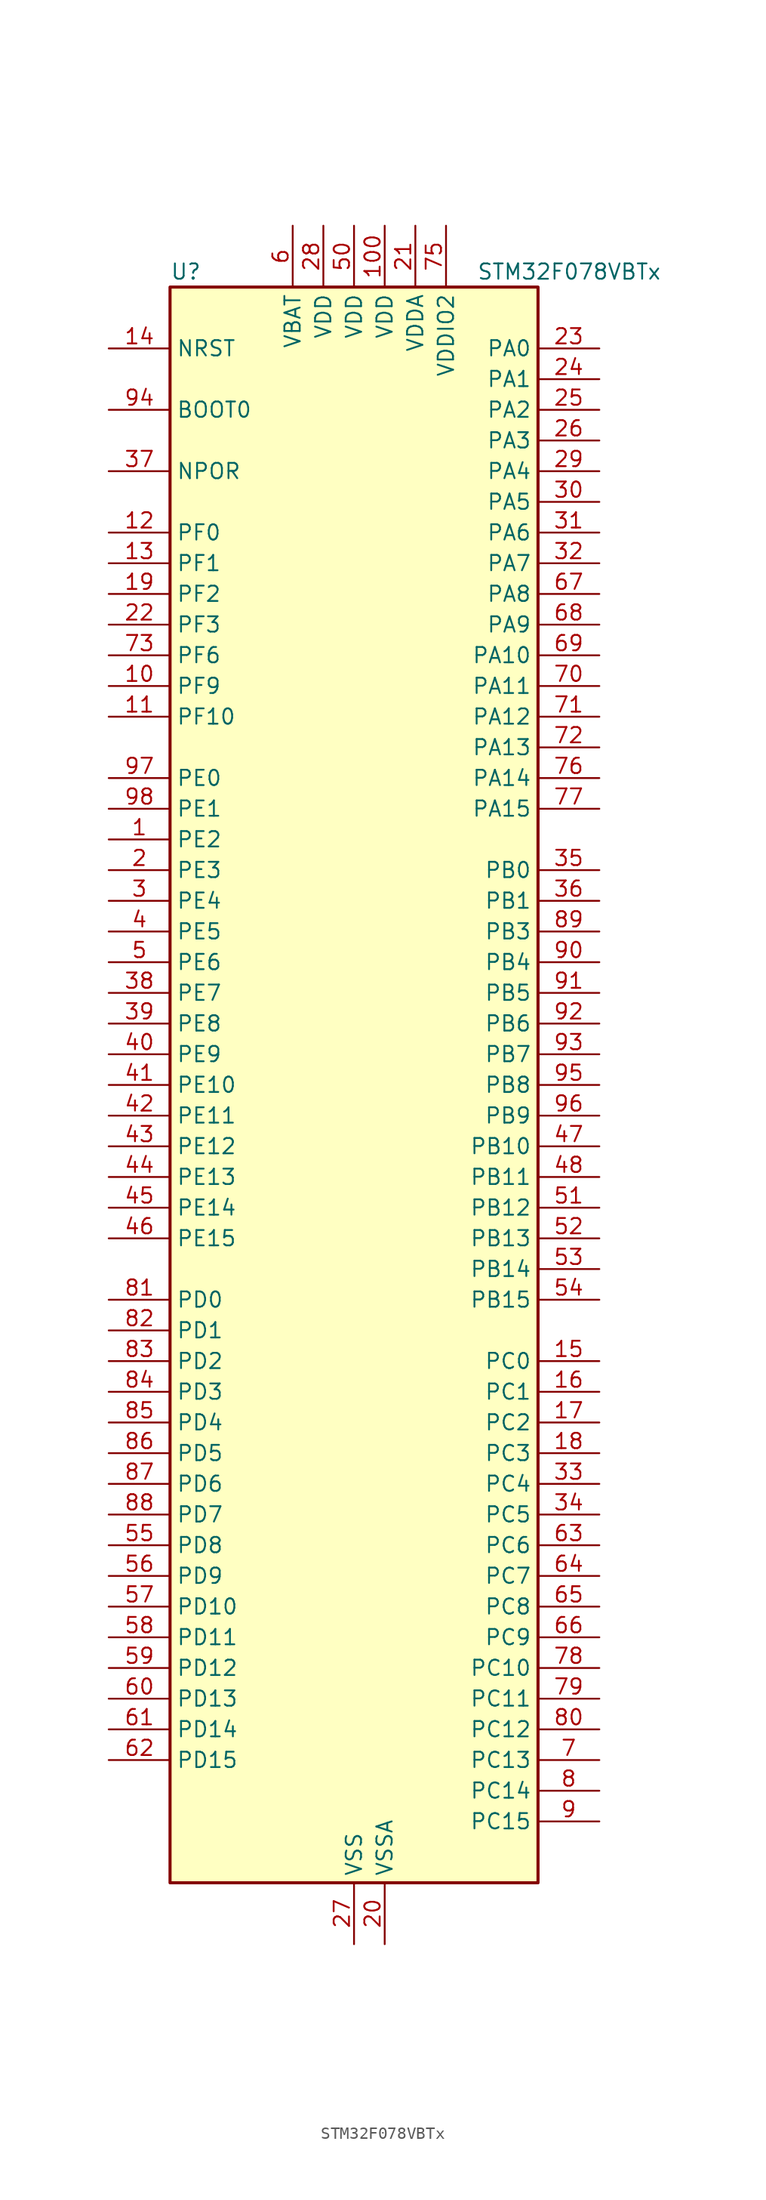
<source format=kicad_sym>
(kicad_symbol_lib
  (version 20241209)
  (generator "kicad_symbol_editor")
  (generator_version "9.0")
  (symbol "STM32F078VBTx"
    (property "Reference" "U"
      (at -15.24 67.31 0)
      (effects (font (size 1.27 1.27)) (justify left)))
    (property "Value" "STM32F078VBTx"
      (at 10.16 67.31 0)
      (effects (font (size 1.27 1.27)) (justify left)))
    (symbol "STM32F078VBTx_0_1"
      (rectangle (start -15.24 -66.04) (end 15.24 66.04) (stroke (width 0.254) (type default)) (fill (type background))))
    (symbol "STM32F078VBTx_1_1"
      (pin input line (at -20.32 60.96 0) (length 5.08) (name "NRST" (effects (font (size 1.27 1.27)))) (number "14" (effects (font (size 1.27 1.27)))))
      (pin input line (at -20.32 55.88 0) (length 5.08) (name "BOOT0" (effects (font (size 1.27 1.27)))) (number "94" (effects (font (size 1.27 1.27)))))
      (pin input line (at -20.32 50.8 0) (length 5.08) (name "NPOR" (effects (font (size 1.27 1.27)))) (number "37" (effects (font (size 1.27 1.27)))))
      (pin bidirectional line (at -20.32 45.72 0) (length 5.08) (name "PF0" (effects (font (size 1.27 1.27)))) (number "12" (effects (font (size 1.27 1.27)))) (alternate "CRS_SYNC" bidirectional line) (alternate "RCC_OSC_IN" bidirectional line))
      (pin bidirectional line (at -20.32 43.18 0) (length 5.08) (name "PF1" (effects (font (size 1.27 1.27)))) (number "13" (effects (font (size 1.27 1.27)))) (alternate "RCC_OSC_OUT" bidirectional line))
      (pin bidirectional line (at -20.32 40.64 0) (length 5.08) (name "PF2" (effects (font (size 1.27 1.27)))) (number "19" (effects (font (size 1.27 1.27)))) (alternate "SYS_WKUP8" bidirectional line))
      (pin bidirectional line (at -20.32 38.1 0) (length 5.08) (name "PF3" (effects (font (size 1.27 1.27)))) (number "22" (effects (font (size 1.27 1.27)))))
      (pin bidirectional line (at -20.32 35.56 0) (length 5.08) (name "PF6" (effects (font (size 1.27 1.27)))) (number "73" (effects (font (size 1.27 1.27)))))
      (pin bidirectional line (at -20.32 33.02 0) (length 5.08) (name "PF9" (effects (font (size 1.27 1.27)))) (number "10" (effects (font (size 1.27 1.27)))) (alternate "DAC_EXTI9" bidirectional line) (alternate "TIM15_CH1" bidirectional line))
      (pin bidirectional line (at -20.32 30.48 0) (length 5.08) (name "PF10" (effects (font (size 1.27 1.27)))) (number "11" (effects (font (size 1.27 1.27)))) (alternate "TIM15_CH2" bidirectional line))
      (pin bidirectional line (at -20.32 25.4 0) (length 5.08) (name "PE0" (effects (font (size 1.27 1.27)))) (number "97" (effects (font (size 1.27 1.27)))) (alternate "TIM16_CH1" bidirectional line))
      (pin bidirectional line (at -20.32 22.86 0) (length 5.08) (name "PE1" (effects (font (size 1.27 1.27)))) (number "98" (effects (font (size 1.27 1.27)))) (alternate "TIM17_CH1" bidirectional line))
      (pin bidirectional line (at -20.32 20.32 0) (length 5.08) (name "PE2" (effects (font (size 1.27 1.27)))) (number "1" (effects (font (size 1.27 1.27)))) (alternate "TIM3_ETR" bidirectional line) (alternate "TSC_G7_IO1" bidirectional line))
      (pin bidirectional line (at -20.32 17.78 0) (length 5.08) (name "PE3" (effects (font (size 1.27 1.27)))) (number "2" (effects (font (size 1.27 1.27)))) (alternate "TIM3_CH1" bidirectional line) (alternate "TSC_G7_IO2" bidirectional line))
      (pin bidirectional line (at -20.32 15.24 0) (length 5.08) (name "PE4" (effects (font (size 1.27 1.27)))) (number "3" (effects (font (size 1.27 1.27)))) (alternate "TIM3_CH2" bidirectional line) (alternate "TSC_G7_IO3" bidirectional line))
      (pin bidirectional line (at -20.32 12.7 0) (length 5.08) (name "PE5" (effects (font (size 1.27 1.27)))) (number "4" (effects (font (size 1.27 1.27)))) (alternate "TIM3_CH3" bidirectional line) (alternate "TSC_G7_IO4" bidirectional line))
      (pin bidirectional line (at -20.32 10.16 0) (length 5.08) (name "PE6" (effects (font (size 1.27 1.27)))) (number "5" (effects (font (size 1.27 1.27)))) (alternate "RTC_TAMP3" bidirectional line) (alternate "SYS_WKUP3" bidirectional line) (alternate "TIM3_CH4" bidirectional line))
      (pin bidirectional line (at -20.32 7.62 0) (length 5.08) (name "PE7" (effects (font (size 1.27 1.27)))) (number "38" (effects (font (size 1.27 1.27)))) (alternate "TIM1_ETR" bidirectional line))
      (pin bidirectional line (at -20.32 5.08 0) (length 5.08) (name "PE8" (effects (font (size 1.27 1.27)))) (number "39" (effects (font (size 1.27 1.27)))) (alternate "TIM1_CH1N" bidirectional line))
      (pin bidirectional line (at -20.32 2.54 0) (length 5.08) (name "PE9" (effects (font (size 1.27 1.27)))) (number "40" (effects (font (size 1.27 1.27)))) (alternate "DAC_EXTI9" bidirectional line) (alternate "TIM1_CH1" bidirectional line))
      (pin bidirectional line (at -20.32 0 0) (length 5.08) (name "PE10" (effects (font (size 1.27 1.27)))) (number "41" (effects (font (size 1.27 1.27)))) (alternate "TIM1_CH2N" bidirectional line))
      (pin bidirectional line (at -20.32 -2.54 0) (length 5.08) (name "PE11" (effects (font (size 1.27 1.27)))) (number "42" (effects (font (size 1.27 1.27)))) (alternate "TIM1_CH2" bidirectional line))
      (pin bidirectional line (at -20.32 -5.08 0) (length 5.08) (name "PE12" (effects (font (size 1.27 1.27)))) (number "43" (effects (font (size 1.27 1.27)))) (alternate "I2S1_WS" bidirectional line) (alternate "SPI1_NSS" bidirectional line) (alternate "TIM1_CH3N" bidirectional line))
      (pin bidirectional line (at -20.32 -7.62 0) (length 5.08) (name "PE13" (effects (font (size 1.27 1.27)))) (number "44" (effects (font (size 1.27 1.27)))) (alternate "I2S1_CK" bidirectional line) (alternate "SPI1_SCK" bidirectional line) (alternate "TIM1_CH3" bidirectional line))
      (pin bidirectional line (at -20.32 -10.16 0) (length 5.08) (name "PE14" (effects (font (size 1.27 1.27)))) (number "45" (effects (font (size 1.27 1.27)))) (alternate "I2S1_MCK" bidirectional line) (alternate "SPI1_MISO" bidirectional line) (alternate "TIM1_CH4" bidirectional line))
      (pin bidirectional line (at -20.32 -12.7 0) (length 5.08) (name "PE15" (effects (font (size 1.27 1.27)))) (number "46" (effects (font (size 1.27 1.27)))) (alternate "I2S1_SD" bidirectional line) (alternate "SPI1_MOSI" bidirectional line) (alternate "TIM1_BKIN" bidirectional line))
      (pin bidirectional line (at -20.32 -17.78 0) (length 5.08) (name "PD0" (effects (font (size 1.27 1.27)))) (number "81" (effects (font (size 1.27 1.27)))) (alternate "I2S2_WS" bidirectional line) (alternate "SPI2_NSS" bidirectional line))
      (pin bidirectional line (at -20.32 -20.32 0) (length 5.08) (name "PD1" (effects (font (size 1.27 1.27)))) (number "82" (effects (font (size 1.27 1.27)))) (alternate "I2S2_CK" bidirectional line) (alternate "SPI2_SCK" bidirectional line))
      (pin bidirectional line (at -20.32 -22.86 0) (length 5.08) (name "PD2" (effects (font (size 1.27 1.27)))) (number "83" (effects (font (size 1.27 1.27)))) (alternate "TIM3_ETR" bidirectional line) (alternate "USART3_DE" bidirectional line) (alternate "USART3_RTS" bidirectional line))
      (pin bidirectional line (at -20.32 -25.4 0) (length 5.08) (name "PD3" (effects (font (size 1.27 1.27)))) (number "84" (effects (font (size 1.27 1.27)))) (alternate "I2S2_MCK" bidirectional line) (alternate "SPI2_MISO" bidirectional line) (alternate "USART2_CTS" bidirectional line))
      (pin bidirectional line (at -20.32 -27.94 0) (length 5.08) (name "PD4" (effects (font (size 1.27 1.27)))) (number "85" (effects (font (size 1.27 1.27)))) (alternate "I2S2_SD" bidirectional line) (alternate "SPI2_MOSI" bidirectional line) (alternate "USART2_DE" bidirectional line) (alternate "USART2_RTS" bidirectional line))
      (pin bidirectional line (at -20.32 -30.48 0) (length 5.08) (name "PD5" (effects (font (size 1.27 1.27)))) (number "86" (effects (font (size 1.27 1.27)))) (alternate "USART2_TX" bidirectional line))
      (pin bidirectional line (at -20.32 -33.02 0) (length 5.08) (name "PD6" (effects (font (size 1.27 1.27)))) (number "87" (effects (font (size 1.27 1.27)))) (alternate "USART2_RX" bidirectional line))
      (pin bidirectional line (at -20.32 -35.56 0) (length 5.08) (name "PD7" (effects (font (size 1.27 1.27)))) (number "88" (effects (font (size 1.27 1.27)))) (alternate "USART2_CK" bidirectional line))
      (pin bidirectional line (at -20.32 -38.1 0) (length 5.08) (name "PD8" (effects (font (size 1.27 1.27)))) (number "55" (effects (font (size 1.27 1.27)))) (alternate "USART3_TX" bidirectional line))
      (pin bidirectional line (at -20.32 -40.64 0) (length 5.08) (name "PD9" (effects (font (size 1.27 1.27)))) (number "56" (effects (font (size 1.27 1.27)))) (alternate "DAC_EXTI9" bidirectional line) (alternate "USART3_RX" bidirectional line))
      (pin bidirectional line (at -20.32 -43.18 0) (length 5.08) (name "PD10" (effects (font (size 1.27 1.27)))) (number "57" (effects (font (size 1.27 1.27)))) (alternate "USART3_CK" bidirectional line))
      (pin bidirectional line (at -20.32 -45.72 0) (length 5.08) (name "PD11" (effects (font (size 1.27 1.27)))) (number "58" (effects (font (size 1.27 1.27)))) (alternate "USART3_CTS" bidirectional line))
      (pin bidirectional line (at -20.32 -48.26 0) (length 5.08) (name "PD12" (effects (font (size 1.27 1.27)))) (number "59" (effects (font (size 1.27 1.27)))) (alternate "TSC_G8_IO1" bidirectional line) (alternate "USART3_DE" bidirectional line) (alternate "USART3_RTS" bidirectional line))
      (pin bidirectional line (at -20.32 -50.8 0) (length 5.08) (name "PD13" (effects (font (size 1.27 1.27)))) (number "60" (effects (font (size 1.27 1.27)))) (alternate "TSC_G8_IO2" bidirectional line))
      (pin bidirectional line (at -20.32 -53.34 0) (length 5.08) (name "PD14" (effects (font (size 1.27 1.27)))) (number "61" (effects (font (size 1.27 1.27)))) (alternate "TSC_G8_IO3" bidirectional line))
      (pin bidirectional line (at -20.32 -55.88 0) (length 5.08) (name "PD15" (effects (font (size 1.27 1.27)))) (number "62" (effects (font (size 1.27 1.27)))) (alternate "CRS_SYNC" bidirectional line) (alternate "TSC_G8_IO4" bidirectional line))
      (pin power_in line (at -5.08 71.12 270) (length 5.08) (name "VBAT" (effects (font (size 1.27 1.27)))) (number "6" (effects (font (size 1.27 1.27)))))
      (pin power_in line (at -2.54 71.12 270) (length 5.08) (name "VDD" (effects (font (size 1.27 1.27)))) (number "28" (effects (font (size 1.27 1.27)))))
      (pin power_in line (at 0 71.12 270) (length 5.08) (name "VDD" (effects (font (size 1.27 1.27)))) (number "50" (effects (font (size 1.27 1.27)))))
      (pin power_in line (at 0 -71.12 90) (length 5.08) (name "VSS" (effects (font (size 1.27 1.27)))) (number "27" (effects (font (size 1.27 1.27)))))
      (pin passive line (at 0 -71.12 90) (length 5.08) (hide yes) (name "VSS" (effects (font (size 1.27 1.27)))) (number "49" (effects (font (size 1.27 1.27)))))
      (pin passive line (at 0 -71.12 90) (length 5.08) (hide yes) (name "VSS" (effects (font (size 1.27 1.27)))) (number "74" (effects (font (size 1.27 1.27)))))
      (pin passive line (at 0 -71.12 90) (length 5.08) (hide yes) (name "VSS" (effects (font (size 1.27 1.27)))) (number "99" (effects (font (size 1.27 1.27)))))
      (pin power_in line (at 2.54 71.12 270) (length 5.08) (name "VDD" (effects (font (size 1.27 1.27)))) (number "100" (effects (font (size 1.27 1.27)))))
      (pin power_in line (at 2.54 -71.12 90) (length 5.08) (name "VSSA" (effects (font (size 1.27 1.27)))) (number "20" (effects (font (size 1.27 1.27)))))
      (pin power_in line (at 5.08 71.12 270) (length 5.08) (name "VDDA" (effects (font (size 1.27 1.27)))) (number "21" (effects (font (size 1.27 1.27)))))
      (pin power_in line (at 7.62 71.12 270) (length 5.08) (name "VDDIO2" (effects (font (size 1.27 1.27)))) (number "75" (effects (font (size 1.27 1.27)))))
      (pin bidirectional line (at 20.32 60.96 180) (length 5.08) (name "PA0" (effects (font (size 1.27 1.27)))) (number "23" (effects (font (size 1.27 1.27)))) (alternate "ADC_IN0" bidirectional line) (alternate "COMP1_INM" bidirectional line) (alternate "COMP1_OUT" bidirectional line) (alternate "RTC_TAMP2" bidirectional line) (alternate "SYS_WKUP1" bidirectional line) (alternate "TIM2_CH1" bidirectional line) (alternate "TIM2_ETR" bidirectional line) (alternate "TSC_G1_IO1" bidirectional line) (alternate "USART2_CTS" bidirectional line) (alternate "USART4_TX" bidirectional line))
      (pin bidirectional line (at 20.32 58.42 180) (length 5.08) (name "PA1" (effects (font (size 1.27 1.27)))) (number "24" (effects (font (size 1.27 1.27)))) (alternate "ADC_IN1" bidirectional line) (alternate "COMP1_INP" bidirectional line) (alternate "TIM15_CH1N" bidirectional line) (alternate "TIM2_CH2" bidirectional line) (alternate "TSC_G1_IO2" bidirectional line) (alternate "USART2_DE" bidirectional line) (alternate "USART2_RTS" bidirectional line) (alternate "USART4_RX" bidirectional line))
      (pin bidirectional line (at 20.32 55.88 180) (length 5.08) (name "PA2" (effects (font (size 1.27 1.27)))) (number "25" (effects (font (size 1.27 1.27)))) (alternate "ADC_IN2" bidirectional line) (alternate "COMP2_INM" bidirectional line) (alternate "COMP2_OUT" bidirectional line) (alternate "SYS_WKUP4" bidirectional line) (alternate "TIM15_CH1" bidirectional line) (alternate "TIM2_CH3" bidirectional line) (alternate "TSC_G1_IO3" bidirectional line) (alternate "USART2_TX" bidirectional line))
      (pin bidirectional line (at 20.32 53.34 180) (length 5.08) (name "PA3" (effects (font (size 1.27 1.27)))) (number "26" (effects (font (size 1.27 1.27)))) (alternate "ADC_IN3" bidirectional line) (alternate "COMP2_INP" bidirectional line) (alternate "TIM15_CH2" bidirectional line) (alternate "TIM2_CH4" bidirectional line) (alternate "TSC_G1_IO4" bidirectional line) (alternate "USART2_RX" bidirectional line))
      (pin bidirectional line (at 20.32 50.8 180) (length 5.08) (name "PA4" (effects (font (size 1.27 1.27)))) (number "29" (effects (font (size 1.27 1.27)))) (alternate "ADC_IN4" bidirectional line) (alternate "COMP1_INM" bidirectional line) (alternate "COMP2_INM" bidirectional line) (alternate "DAC_OUT1" bidirectional line) (alternate "I2S1_WS" bidirectional line) (alternate "SPI1_NSS" bidirectional line) (alternate "TIM14_CH1" bidirectional line) (alternate "TSC_G2_IO1" bidirectional line) (alternate "USART2_CK" bidirectional line))
      (pin bidirectional line (at 20.32 48.26 180) (length 5.08) (name "PA5" (effects (font (size 1.27 1.27)))) (number "30" (effects (font (size 1.27 1.27)))) (alternate "ADC_IN5" bidirectional line) (alternate "CEC" bidirectional line) (alternate "COMP1_INM" bidirectional line) (alternate "COMP2_INM" bidirectional line) (alternate "DAC_OUT2" bidirectional line) (alternate "I2S1_CK" bidirectional line) (alternate "SPI1_SCK" bidirectional line) (alternate "TIM2_CH1" bidirectional line) (alternate "TIM2_ETR" bidirectional line) (alternate "TSC_G2_IO2" bidirectional line))
      (pin bidirectional line (at 20.32 45.72 180) (length 5.08) (name "PA6" (effects (font (size 1.27 1.27)))) (number "31" (effects (font (size 1.27 1.27)))) (alternate "ADC_IN6" bidirectional line) (alternate "COMP1_OUT" bidirectional line) (alternate "I2S1_MCK" bidirectional line) (alternate "SPI1_MISO" bidirectional line) (alternate "TIM16_CH1" bidirectional line) (alternate "TIM1_BKIN" bidirectional line) (alternate "TIM3_CH1" bidirectional line) (alternate "TSC_G2_IO3" bidirectional line) (alternate "USART3_CTS" bidirectional line))
      (pin bidirectional line (at 20.32 43.18 180) (length 5.08) (name "PA7" (effects (font (size 1.27 1.27)))) (number "32" (effects (font (size 1.27 1.27)))) (alternate "ADC_IN7" bidirectional line) (alternate "COMP2_OUT" bidirectional line) (alternate "I2S1_SD" bidirectional line) (alternate "SPI1_MOSI" bidirectional line) (alternate "TIM14_CH1" bidirectional line) (alternate "TIM17_CH1" bidirectional line) (alternate "TIM1_CH1N" bidirectional line) (alternate "TIM3_CH2" bidirectional line) (alternate "TSC_G2_IO4" bidirectional line))
      (pin bidirectional line (at 20.32 40.64 180) (length 5.08) (name "PA8" (effects (font (size 1.27 1.27)))) (number "67" (effects (font (size 1.27 1.27)))) (alternate "CRS_SYNC" bidirectional line) (alternate "RCC_MCO" bidirectional line) (alternate "TIM1_CH1" bidirectional line) (alternate "USART1_CK" bidirectional line))
      (pin bidirectional line (at 20.32 38.1 180) (length 5.08) (name "PA9" (effects (font (size 1.27 1.27)))) (number "68" (effects (font (size 1.27 1.27)))) (alternate "DAC_EXTI9" bidirectional line) (alternate "TIM15_BKIN" bidirectional line) (alternate "TIM1_CH2" bidirectional line) (alternate "TSC_G4_IO1" bidirectional line) (alternate "USART1_TX" bidirectional line))
      (pin bidirectional line (at 20.32 35.56 180) (length 5.08) (name "PA10" (effects (font (size 1.27 1.27)))) (number "69" (effects (font (size 1.27 1.27)))) (alternate "TIM17_BKIN" bidirectional line) (alternate "TIM1_CH3" bidirectional line) (alternate "TSC_G4_IO2" bidirectional line) (alternate "USART1_RX" bidirectional line))
      (pin bidirectional line (at 20.32 33.02 180) (length 5.08) (name "PA11" (effects (font (size 1.27 1.27)))) (number "70" (effects (font (size 1.27 1.27)))) (alternate "COMP1_OUT" bidirectional line) (alternate "TIM1_CH4" bidirectional line) (alternate "TSC_G4_IO3" bidirectional line) (alternate "USART1_CTS" bidirectional line) (alternate "USB_DM" bidirectional line))
      (pin bidirectional line (at 20.32 30.48 180) (length 5.08) (name "PA12" (effects (font (size 1.27 1.27)))) (number "71" (effects (font (size 1.27 1.27)))) (alternate "COMP2_OUT" bidirectional line) (alternate "TIM1_ETR" bidirectional line) (alternate "TSC_G4_IO4" bidirectional line) (alternate "USART1_DE" bidirectional line) (alternate "USART1_RTS" bidirectional line) (alternate "USB_DP" bidirectional line))
      (pin bidirectional line (at 20.32 27.94 180) (length 5.08) (name "PA13" (effects (font (size 1.27 1.27)))) (number "72" (effects (font (size 1.27 1.27)))) (alternate "IR_OUT" bidirectional line) (alternate "SYS_SWDIO" bidirectional line) (alternate "USB_NOE" bidirectional line))
      (pin bidirectional line (at 20.32 25.4 180) (length 5.08) (name "PA14" (effects (font (size 1.27 1.27)))) (number "76" (effects (font (size 1.27 1.27)))) (alternate "SYS_SWCLK" bidirectional line) (alternate "USART2_TX" bidirectional line))
      (pin bidirectional line (at 20.32 22.86 180) (length 5.08) (name "PA15" (effects (font (size 1.27 1.27)))) (number "77" (effects (font (size 1.27 1.27)))) (alternate "I2S1_WS" bidirectional line) (alternate "SPI1_NSS" bidirectional line) (alternate "TIM2_CH1" bidirectional line) (alternate "TIM2_ETR" bidirectional line) (alternate "USART2_RX" bidirectional line) (alternate "USART4_DE" bidirectional line) (alternate "USART4_RTS" bidirectional line))
      (pin bidirectional line (at 20.32 17.78 180) (length 5.08) (name "PB0" (effects (font (size 1.27 1.27)))) (number "35" (effects (font (size 1.27 1.27)))) (alternate "ADC_IN8" bidirectional line) (alternate "TIM1_CH2N" bidirectional line) (alternate "TIM3_CH3" bidirectional line) (alternate "TSC_G3_IO2" bidirectional line) (alternate "USART3_CK" bidirectional line))
      (pin bidirectional line (at 20.32 15.24 180) (length 5.08) (name "PB1" (effects (font (size 1.27 1.27)))) (number "36" (effects (font (size 1.27 1.27)))) (alternate "ADC_IN9" bidirectional line) (alternate "TIM14_CH1" bidirectional line) (alternate "TIM1_CH3N" bidirectional line) (alternate "TIM3_CH4" bidirectional line) (alternate "TSC_G3_IO3" bidirectional line) (alternate "USART3_DE" bidirectional line) (alternate "USART3_RTS" bidirectional line))
      (pin bidirectional line (at 20.32 12.7 180) (length 5.08) (name "PB3" (effects (font (size 1.27 1.27)))) (number "89" (effects (font (size 1.27 1.27)))) (alternate "I2S1_CK" bidirectional line) (alternate "SPI1_SCK" bidirectional line) (alternate "TIM2_CH2" bidirectional line) (alternate "TSC_G5_IO1" bidirectional line))
      (pin bidirectional line (at 20.32 10.16 180) (length 5.08) (name "PB4" (effects (font (size 1.27 1.27)))) (number "90" (effects (font (size 1.27 1.27)))) (alternate "I2S1_MCK" bidirectional line) (alternate "SPI1_MISO" bidirectional line) (alternate "TIM17_BKIN" bidirectional line) (alternate "TIM3_CH1" bidirectional line) (alternate "TSC_G5_IO2" bidirectional line))
      (pin bidirectional line (at 20.32 7.62 180) (length 5.08) (name "PB5" (effects (font (size 1.27 1.27)))) (number "91" (effects (font (size 1.27 1.27)))) (alternate "I2C1_SMBA" bidirectional line) (alternate "I2S1_SD" bidirectional line) (alternate "SPI1_MOSI" bidirectional line) (alternate "SYS_WKUP6" bidirectional line) (alternate "TIM16_BKIN" bidirectional line) (alternate "TIM3_CH2" bidirectional line))
      (pin bidirectional line (at 20.32 5.08 180) (length 5.08) (name "PB6" (effects (font (size 1.27 1.27)))) (number "92" (effects (font (size 1.27 1.27)))) (alternate "I2C1_SCL" bidirectional line) (alternate "TIM16_CH1N" bidirectional line) (alternate "TSC_G5_IO3" bidirectional line) (alternate "USART1_TX" bidirectional line))
      (pin bidirectional line (at 20.32 2.54 180) (length 5.08) (name "PB7" (effects (font (size 1.27 1.27)))) (number "93" (effects (font (size 1.27 1.27)))) (alternate "I2C1_SDA" bidirectional line) (alternate "TIM17_CH1N" bidirectional line) (alternate "TSC_G5_IO4" bidirectional line) (alternate "USART1_RX" bidirectional line) (alternate "USART4_CTS" bidirectional line))
      (pin bidirectional line (at 20.32 0 180) (length 5.08) (name "PB8" (effects (font (size 1.27 1.27)))) (number "95" (effects (font (size 1.27 1.27)))) (alternate "CEC" bidirectional line) (alternate "I2C1_SCL" bidirectional line) (alternate "TIM16_CH1" bidirectional line) (alternate "TSC_SYNC" bidirectional line))
      (pin bidirectional line (at 20.32 -2.54 180) (length 5.08) (name "PB9" (effects (font (size 1.27 1.27)))) (number "96" (effects (font (size 1.27 1.27)))) (alternate "DAC_EXTI9" bidirectional line) (alternate "I2C1_SDA" bidirectional line) (alternate "I2S2_WS" bidirectional line) (alternate "IR_OUT" bidirectional line) (alternate "SPI2_NSS" bidirectional line) (alternate "TIM17_CH1" bidirectional line))
      (pin bidirectional line (at 20.32 -5.08 180) (length 5.08) (name "PB10" (effects (font (size 1.27 1.27)))) (number "47" (effects (font (size 1.27 1.27)))) (alternate "CEC" bidirectional line) (alternate "I2C2_SCL" bidirectional line) (alternate "I2S2_CK" bidirectional line) (alternate "SPI2_SCK" bidirectional line) (alternate "TIM2_CH3" bidirectional line) (alternate "TSC_SYNC" bidirectional line) (alternate "USART3_TX" bidirectional line))
      (pin bidirectional line (at 20.32 -7.62 180) (length 5.08) (name "PB11" (effects (font (size 1.27 1.27)))) (number "48" (effects (font (size 1.27 1.27)))) (alternate "I2C2_SDA" bidirectional line) (alternate "TIM2_CH4" bidirectional line) (alternate "TSC_G6_IO1" bidirectional line) (alternate "USART3_RX" bidirectional line))
      (pin bidirectional line (at 20.32 -10.16 180) (length 5.08) (name "PB12" (effects (font (size 1.27 1.27)))) (number "51" (effects (font (size 1.27 1.27)))) (alternate "I2S2_WS" bidirectional line) (alternate "SPI2_NSS" bidirectional line) (alternate "TIM15_BKIN" bidirectional line) (alternate "TIM1_BKIN" bidirectional line) (alternate "TSC_G6_IO2" bidirectional line) (alternate "USART3_CK" bidirectional line))
      (pin bidirectional line (at 20.32 -12.7 180) (length 5.08) (name "PB13" (effects (font (size 1.27 1.27)))) (number "52" (effects (font (size 1.27 1.27)))) (alternate "I2C2_SCL" bidirectional line) (alternate "I2S2_CK" bidirectional line) (alternate "SPI2_SCK" bidirectional line) (alternate "TIM1_CH1N" bidirectional line) (alternate "TSC_G6_IO3" bidirectional line) (alternate "USART3_CTS" bidirectional line))
      (pin bidirectional line (at 20.32 -15.24 180) (length 5.08) (name "PB14" (effects (font (size 1.27 1.27)))) (number "53" (effects (font (size 1.27 1.27)))) (alternate "I2C2_SDA" bidirectional line) (alternate "I2S2_MCK" bidirectional line) (alternate "SPI2_MISO" bidirectional line) (alternate "TIM15_CH1" bidirectional line) (alternate "TIM1_CH2N" bidirectional line) (alternate "TSC_G6_IO4" bidirectional line) (alternate "USART3_DE" bidirectional line) (alternate "USART3_RTS" bidirectional line))
      (pin bidirectional line (at 20.32 -17.78 180) (length 5.08) (name "PB15" (effects (font (size 1.27 1.27)))) (number "54" (effects (font (size 1.27 1.27)))) (alternate "I2S2_SD" bidirectional line) (alternate "RTC_REFIN" bidirectional line) (alternate "SPI2_MOSI" bidirectional line) (alternate "SYS_WKUP7" bidirectional line) (alternate "TIM15_CH1N" bidirectional line) (alternate "TIM15_CH2" bidirectional line) (alternate "TIM1_CH3N" bidirectional line))
      (pin bidirectional line (at 20.32 -22.86 180) (length 5.08) (name "PC0" (effects (font (size 1.27 1.27)))) (number "15" (effects (font (size 1.27 1.27)))) (alternate "ADC_IN10" bidirectional line))
      (pin bidirectional line (at 20.32 -25.4 180) (length 5.08) (name "PC1" (effects (font (size 1.27 1.27)))) (number "16" (effects (font (size 1.27 1.27)))) (alternate "ADC_IN11" bidirectional line))
      (pin bidirectional line (at 20.32 -27.94 180) (length 5.08) (name "PC2" (effects (font (size 1.27 1.27)))) (number "17" (effects (font (size 1.27 1.27)))) (alternate "ADC_IN12" bidirectional line) (alternate "I2S2_MCK" bidirectional line) (alternate "SPI2_MISO" bidirectional line))
      (pin bidirectional line (at 20.32 -30.48 180) (length 5.08) (name "PC3" (effects (font (size 1.27 1.27)))) (number "18" (effects (font (size 1.27 1.27)))) (alternate "ADC_IN13" bidirectional line) (alternate "I2S2_SD" bidirectional line) (alternate "SPI2_MOSI" bidirectional line))
      (pin bidirectional line (at 20.32 -33.02 180) (length 5.08) (name "PC4" (effects (font (size 1.27 1.27)))) (number "33" (effects (font (size 1.27 1.27)))) (alternate "ADC_IN14" bidirectional line) (alternate "USART3_TX" bidirectional line))
      (pin bidirectional line (at 20.32 -35.56 180) (length 5.08) (name "PC5" (effects (font (size 1.27 1.27)))) (number "34" (effects (font (size 1.27 1.27)))) (alternate "ADC_IN15" bidirectional line) (alternate "SYS_WKUP5" bidirectional line) (alternate "TSC_G3_IO1" bidirectional line) (alternate "USART3_RX" bidirectional line))
      (pin bidirectional line (at 20.32 -38.1 180) (length 5.08) (name "PC6" (effects (font (size 1.27 1.27)))) (number "63" (effects (font (size 1.27 1.27)))) (alternate "TIM3_CH1" bidirectional line))
      (pin bidirectional line (at 20.32 -40.64 180) (length 5.08) (name "PC7" (effects (font (size 1.27 1.27)))) (number "64" (effects (font (size 1.27 1.27)))) (alternate "TIM3_CH2" bidirectional line))
      (pin bidirectional line (at 20.32 -43.18 180) (length 5.08) (name "PC8" (effects (font (size 1.27 1.27)))) (number "65" (effects (font (size 1.27 1.27)))) (alternate "TIM3_CH3" bidirectional line))
      (pin bidirectional line (at 20.32 -45.72 180) (length 5.08) (name "PC9" (effects (font (size 1.27 1.27)))) (number "66" (effects (font (size 1.27 1.27)))) (alternate "DAC_EXTI9" bidirectional line) (alternate "TIM3_CH4" bidirectional line))
      (pin bidirectional line (at 20.32 -48.26 180) (length 5.08) (name "PC10" (effects (font (size 1.27 1.27)))) (number "78" (effects (font (size 1.27 1.27)))) (alternate "USART3_TX" bidirectional line) (alternate "USART4_TX" bidirectional line))
      (pin bidirectional line (at 20.32 -50.8 180) (length 5.08) (name "PC11" (effects (font (size 1.27 1.27)))) (number "79" (effects (font (size 1.27 1.27)))) (alternate "USART3_RX" bidirectional line) (alternate "USART4_RX" bidirectional line))
      (pin bidirectional line (at 20.32 -53.34 180) (length 5.08) (name "PC12" (effects (font (size 1.27 1.27)))) (number "80" (effects (font (size 1.27 1.27)))) (alternate "USART3_CK" bidirectional line) (alternate "USART4_CK" bidirectional line))
      (pin bidirectional line (at 20.32 -55.88 180) (length 5.08) (name "PC13" (effects (font (size 1.27 1.27)))) (number "7" (effects (font (size 1.27 1.27)))) (alternate "RTC_OUT_ALARM" bidirectional line) (alternate "RTC_OUT_CALIB" bidirectional line) (alternate "RTC_TAMP1" bidirectional line) (alternate "RTC_TS" bidirectional line) (alternate "SYS_WKUP2" bidirectional line))
      (pin bidirectional line (at 20.32 -58.42 180) (length 5.08) (name "PC14" (effects (font (size 1.27 1.27)))) (number "8" (effects (font (size 1.27 1.27)))) (alternate "RCC_OSC32_IN" bidirectional line))
      (pin bidirectional line (at 20.32 -60.96 180) (length 5.08) (name "PC15" (effects (font (size 1.27 1.27)))) (number "9" (effects (font (size 1.27 1.27)))) (alternate "RCC_OSC32_OUT" bidirectional line)))))
</source>
